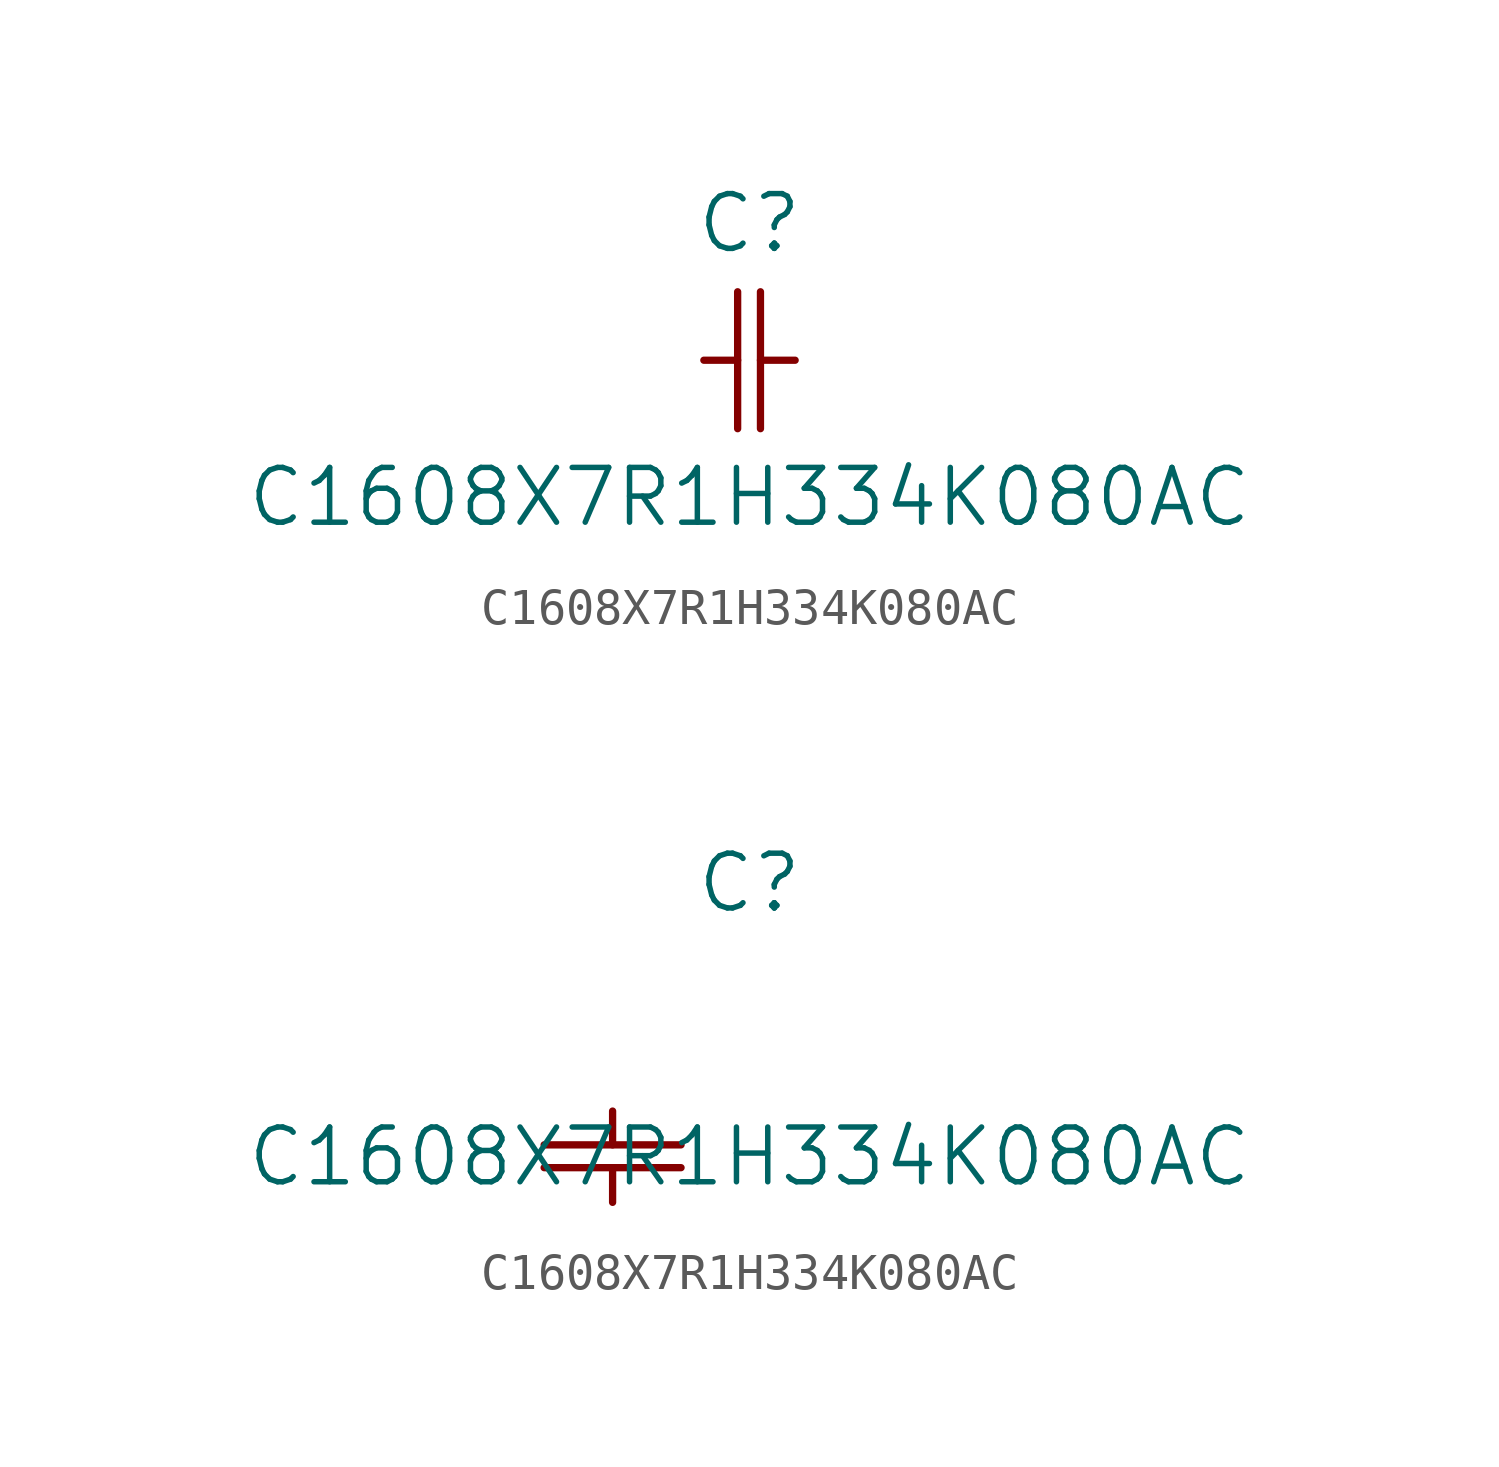
<source format=kicad_sym>
(kicad_symbol_lib
  (version 20211014)
  (generator kicad_symbol_editor)
  (symbol "C1608X7R1H334K080AC"
    (pin_names
      (offset 0.254))
    (property "Reference" "C"
      (at 3.81 3.81 0)
      (effects (font (size 1.524 1.524))))
    (property "Value" "C1608X7R1H334K080AC"
      (at 3.81 -3.81 0)
      (effects (font (size 1.524 1.524))))
    (symbol "C1608X7R1H334K080AC_1_1"
      (polyline (pts (xy 3.48 -1.905) (xy 3.48 1.905)) (stroke (width .2032) (type default) (color 0 0 0 0)) (fill (type none)))
      (polyline (pts (xy 4.115 -1.905) (xy 4.115 1.905)) (stroke (width .2032) (type default) (color 0 0 0 0)) (fill (type none)))
      (polyline (pts (xy 4.115 0) (xy 5.08 0)) (stroke (width .2032) (type default) (color 0 0 0 0)) (fill (type none)))
      (polyline (pts (xy 2.54 0) (xy 3.48 0)) (stroke (width .2032) (type default) (color 0 0 0 0)) (fill (type none))))
    (symbol "C1608X7R1H334K080AC_1_2"
      (polyline (pts (xy -1.905 -3.48) (xy 1.905 -3.48)) (stroke (width .2032) (type default) (color 0 0 0 0)) (fill (type none)))
      (polyline (pts (xy -1.905 -4.115) (xy 1.905 -4.115)) (stroke (width .2032) (type default) (color 0 0 0 0)) (fill (type none)))
      (polyline (pts (xy 0 -4.115) (xy 0 -5.08)) (stroke (width .2032) (type default) (color 0 0 0 0)) (fill (type none)))
      (polyline (pts (xy 0 -2.54) (xy 0 -3.48)) (stroke (width .2032) (type default) (color 0 0 0 0)) (fill (type none))))))
</source>
